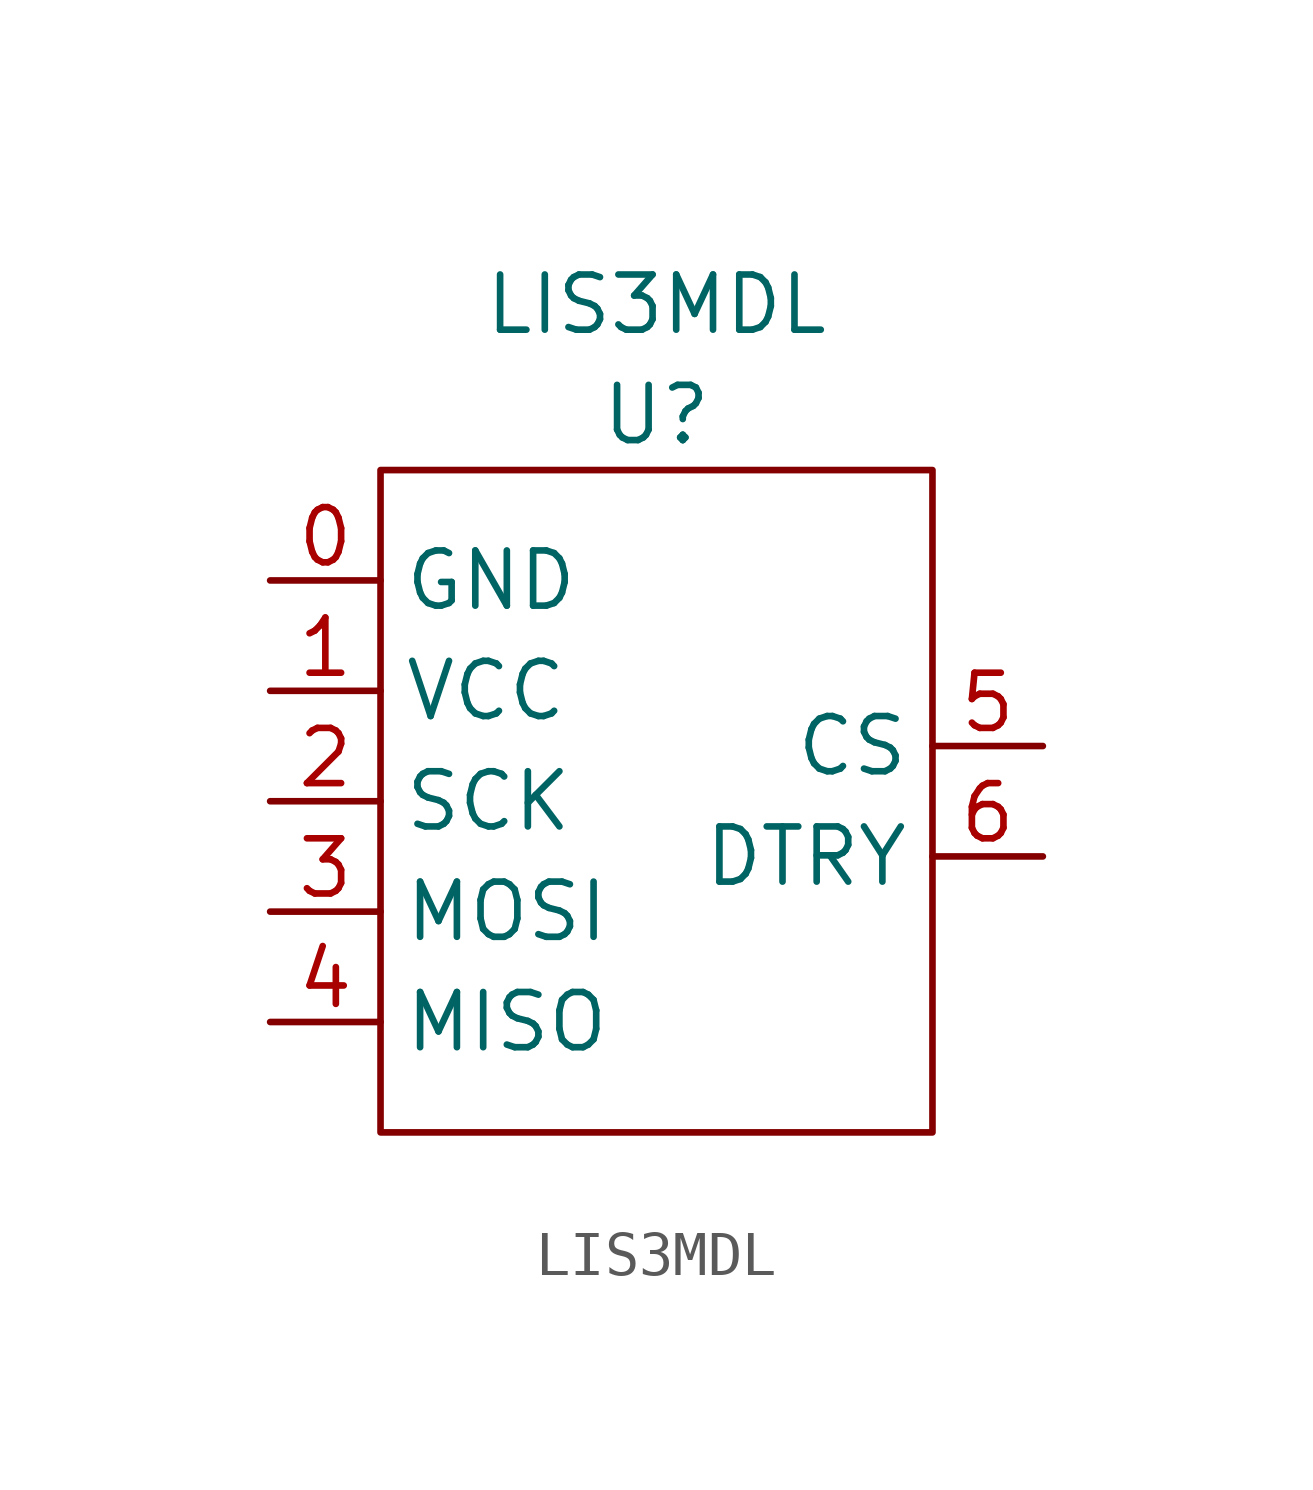
<source format=kicad_sym>
(kicad_symbol_lib
  (version 20211014)
  (generator kicad_symbol_editor)
  (symbol "LIS3MDL"
    (property "Reference" "U"
      (at 0 8.89 0)
      (effects (font (size 1.27 1.27))))
    (property "Value" "LIS3MDL"
      (at 0 11.43 0)
      (effects (font (size 1.27 1.27))))
    (symbol "LIS3MDL_0_1"
      (rectangle (start -6.35 7.62) (end 6.35 -7.62) (stroke (width 0) (type default) (color 0 0 0 0)) (fill (type none))))
    (symbol "LIS3MDL_1_1"
      (pin passive line (at -8.89 5.08 0) (length 2.54) (name "GND" (effects (font (size 1.27 1.27)))) (number "0" (effects (font (size 1.27 1.27)))))
      (pin passive line (at -8.89 2.54 0) (length 2.54) (name "VCC" (effects (font (size 1.27 1.27)))) (number "1" (effects (font (size 1.27 1.27)))))
      (pin passive line (at -8.89 0 0) (length 2.54) (name "SCK" (effects (font (size 1.27 1.27)))) (number "2" (effects (font (size 1.27 1.27)))))
      (pin passive line (at -8.89 -2.54 0) (length 2.54) (name "MOSI" (effects (font (size 1.27 1.27)))) (number "3" (effects (font (size 1.27 1.27)))))
      (pin passive line (at -8.89 -5.08 0) (length 2.54) (name "MISO" (effects (font (size 1.27 1.27)))) (number "4" (effects (font (size 1.27 1.27)))))
      (pin passive line (at 8.89 1.27 180) (length 2.54) (name "CS" (effects (font (size 1.27 1.27)))) (number "5" (effects (font (size 1.27 1.27)))))
      (pin passive line (at 8.89 -1.27 180) (length 2.54) (name "DTRY" (effects (font (size 1.27 1.27)))) (number "6" (effects (font (size 1.27 1.27))))))))
</source>
